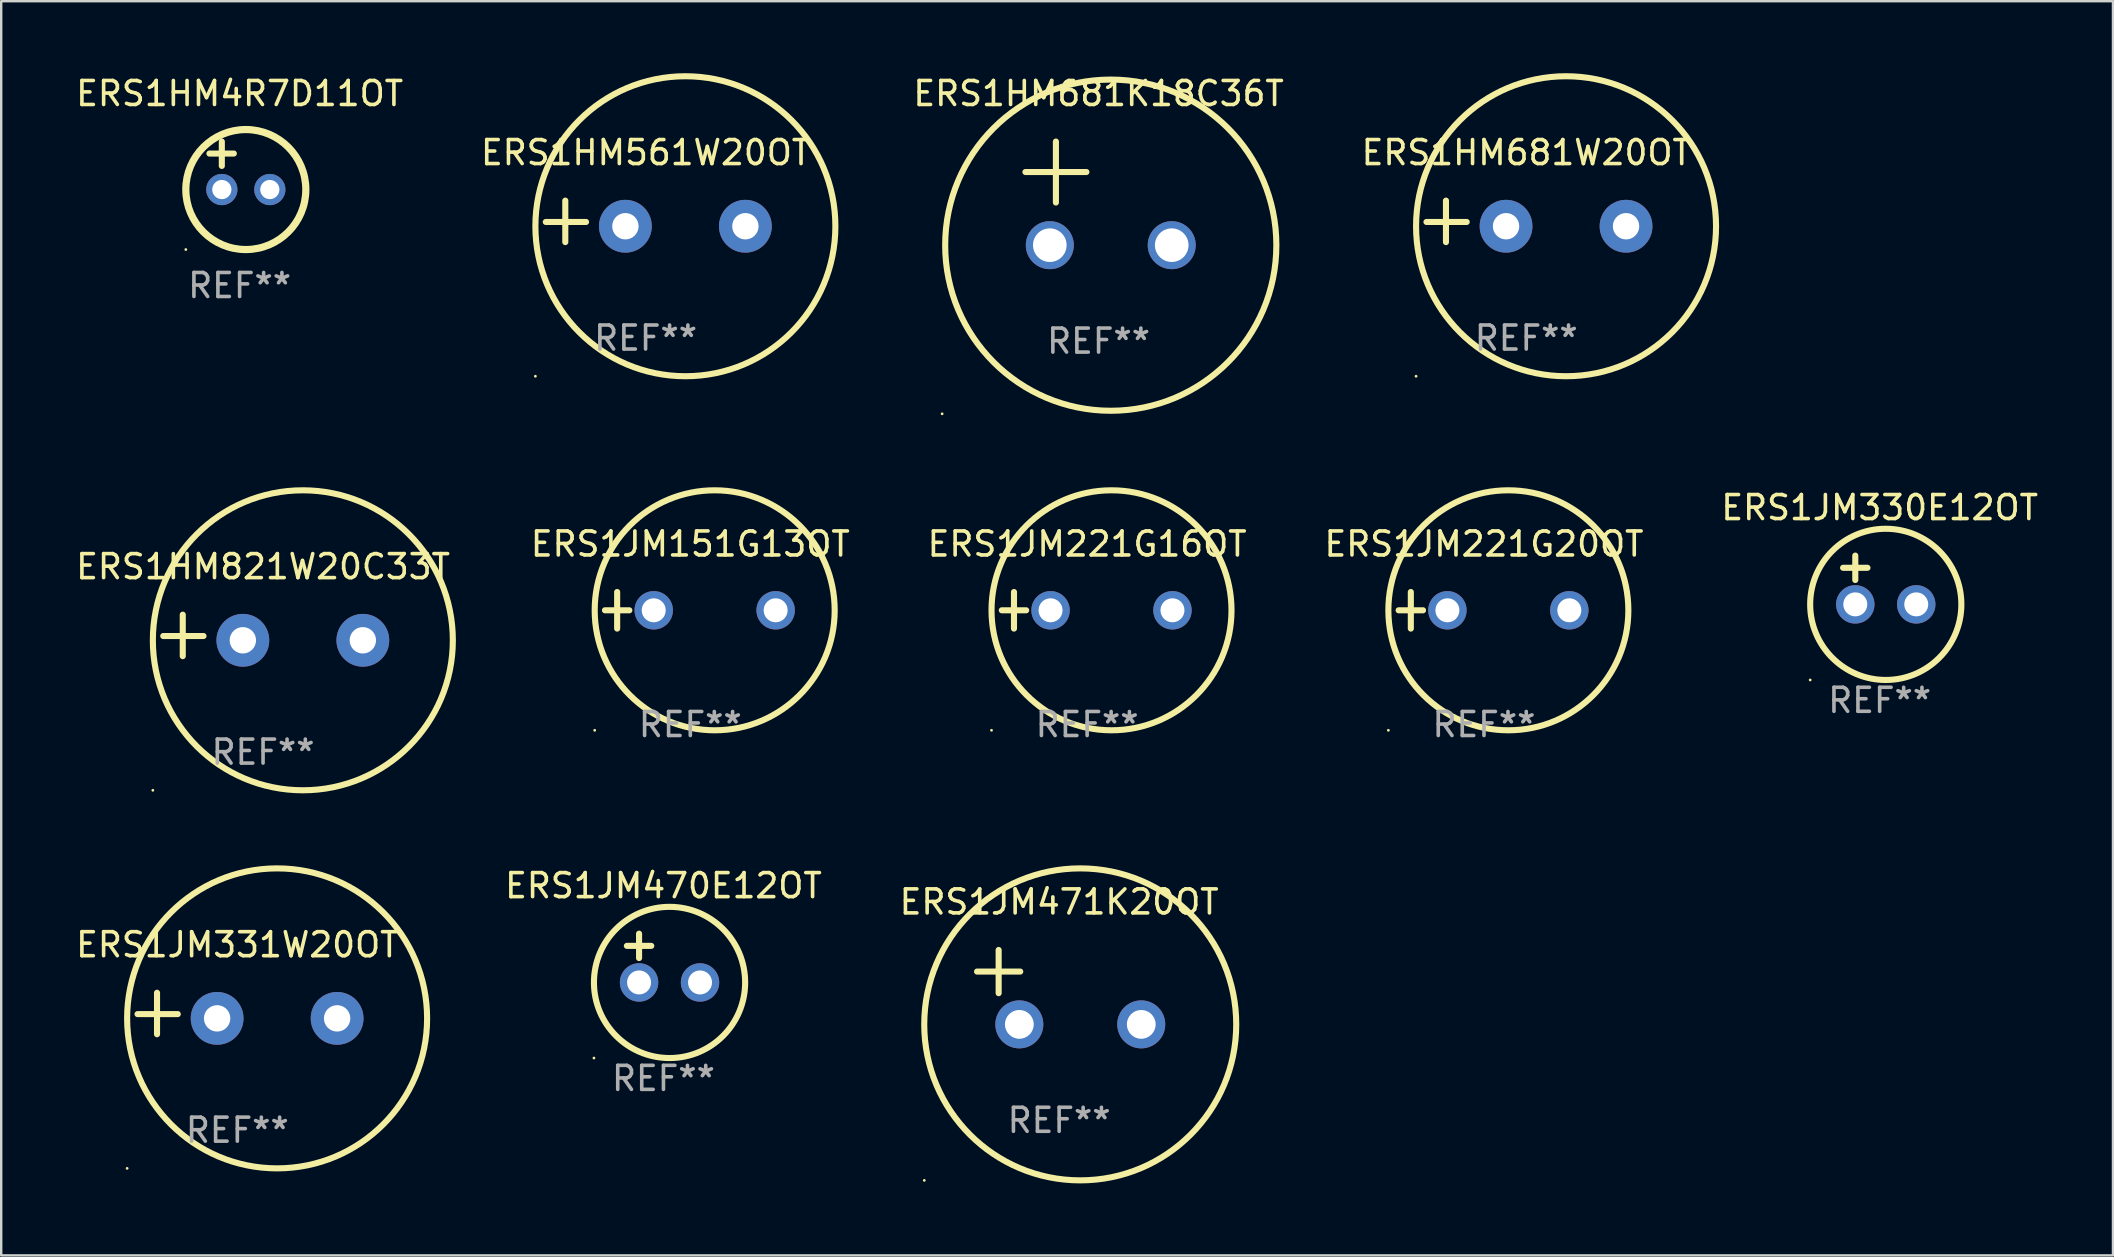
<source format=kicad_pcb>
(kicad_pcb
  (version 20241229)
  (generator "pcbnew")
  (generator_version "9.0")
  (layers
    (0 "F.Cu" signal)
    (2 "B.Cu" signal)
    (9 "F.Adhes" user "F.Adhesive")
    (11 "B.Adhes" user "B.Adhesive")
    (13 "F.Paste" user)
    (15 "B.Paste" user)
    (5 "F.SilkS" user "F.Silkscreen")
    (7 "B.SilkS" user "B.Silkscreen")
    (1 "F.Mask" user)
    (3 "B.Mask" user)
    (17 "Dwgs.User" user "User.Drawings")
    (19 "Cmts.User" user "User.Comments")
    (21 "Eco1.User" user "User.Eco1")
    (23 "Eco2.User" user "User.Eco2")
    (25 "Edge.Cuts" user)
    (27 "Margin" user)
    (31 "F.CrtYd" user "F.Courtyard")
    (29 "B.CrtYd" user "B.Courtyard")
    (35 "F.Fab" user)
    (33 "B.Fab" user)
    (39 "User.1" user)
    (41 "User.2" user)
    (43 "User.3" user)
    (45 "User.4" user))
  (footprint "ERS1HM821W20C33T"
    (layer "F.Cu")
    (at 7.911 23.427)
    (property "Reference" "ERS1HM821W20C33T" (at 0 -2.864 0) (layer "F.SilkS") (effects (font (size 1 1) (thickness 0.15))))
    (attr through_hole)
    (fp_line (start -3.346 0.864) (end -3.346 -0.864) (stroke (width 0.254) (type solid)) (layer "F.SilkS"))
    (fp_line (start -2.482 0.025) (end -4.158 0.025) (stroke (width 0.254) (type solid)) (layer "F.SilkS"))
    (fp_circle (center -4.592 6.453) (end -4.562 6.453) (stroke (width 0.06) (type solid)) (fill no) (layer "F.SilkS"))
    (fp_circle (center 1.658 0.203) (end 7.908 0.203) (stroke (width 0.254) (type solid)) (fill no) (layer "F.SilkS"))
    (fp_text user "REF**" (at 0 4.864 0) (layer "F.Fab") (effects (font (size 1 1) (thickness 0.15))))
    (pad "1" thru_hole circle (at -0.842 0.203) (size 2.2 2.2) (drill 1.1) (layers "*.Cu" "*.Mask"))
    (pad "2" thru_hole circle (at 4.158 0.203) (size 2.2 2.2) (drill 1.1) (layers "*.Cu" "*.Mask")))
  (footprint "ERS1JM471K20OT"
    (layer "F.Cu")
    (at 41.083 38.084)
    (property "Reference" "ERS1JM471K20OT" (at 0 -3.55 0) (layer "F.SilkS") (effects (font (size 1 1) (thickness 0.15))))
    (attr through_hole)
    (fp_line (start -3.421 -0.65) (end -1.621 -0.65) (stroke (width 0.254) (type solid)) (layer "F.SilkS"))
    (fp_line (start -2.521 -1.55) (end -2.521 0.25) (stroke (width 0.254) (type solid)) (layer "F.SilkS"))
    (fp_circle (center -5.619 8.05) (end -5.589 8.05) (stroke (width 0.06) (type solid)) (fill no) (layer "F.SilkS"))
    (fp_circle (center 0.879 1.55) (end 7.379 1.55) (stroke (width 0.254) (type solid)) (fill no) (layer "F.SilkS"))
    (fp_text user "REF**" (at 0 5.55 0) (layer "F.Fab") (effects (font (size 1 1) (thickness 0.15))))
    (pad "1" thru_hole circle (at -1.659 1.55) (size 2 2) (drill 1.2) (layers "*.Cu" "*.Mask"))
    (pad "2" thru_hole circle (at 3.421 1.55) (size 2 2) (drill 1.2) (layers "*.Cu" "*.Mask")))
  (footprint "ERS1HM4R7D11OT"
    (layer "F.Cu")
    (at 6.935 3.848)
    (property "Reference" "ERS1HM4R7D11OT" (at 0 -3 0) (layer "F.SilkS") (effects (font (size 1 1) (thickness 0.15))))
    (attr through_hole)
    (fp_line (start -1.258 -0.5) (end -0.242 -0.5) (stroke (width 0.254) (type solid)) (layer "F.SilkS"))
    (fp_line (start -0.742 -1) (end -0.742 0.016) (stroke (width 0.254) (type solid)) (layer "F.SilkS"))
    (fp_circle (center -2.242 3.5) (end -2.212 3.5) (stroke (width 0.06) (type solid)) (fill no) (layer "F.SilkS"))
    (fp_circle (center 0.258 1) (end 2.758 1) (stroke (width 0.3) (type solid)) (fill no) (layer "F.SilkS"))
    (fp_text user "REF**" (at 0 5 0) (layer "F.Fab") (effects (font (size 1 1) (thickness 0.15))))
    (pad "1" thru_hole circle (at -0.742 1) (size 1.3 1.3) (drill 0.8) (layers "*.Cu" "*.Mask"))
    (pad "2" thru_hole circle (at 1.258 1) (size 1.3 1.3) (drill 0.8) (layers "*.Cu" "*.Mask")))
  (footprint "ERS1JM330E12OT"
    (layer "F.Cu")
    (at 75.273 21.117)
    (property "Reference" "ERS1JM330E12OT" (at 0 -3.016 0) (layer "F.SilkS") (effects (font (size 1 1) (thickness 0.15))))
    (attr through_hole)
    (fp_line (start -1.524 -0.508) (end -0.508 -0.508) (stroke (width 0.254) (type solid)) (layer "F.SilkS"))
    (fp_line (start -1.016 -1.016) (end -1.016 0) (stroke (width 0.254) (type solid)) (layer "F.SilkS"))
    (fp_circle (center -2.896 4.166) (end -2.866 4.166) (stroke (width 0.06) (type solid)) (fill no) (layer "F.SilkS"))
    (fp_circle (center 0.254 1.016) (end 3.404 1.016) (stroke (width 0.254) (type solid)) (fill no) (layer "F.SilkS"))
    (fp_text user "REF**" (at 0 5.016 0) (layer "F.Fab") (effects (font (size 1 1) (thickness 0.15))))
    (pad "1" thru_hole circle (at -1.016 1.016) (size 1.6 1.6) (drill 1) (layers "*.Cu" "*.Mask"))
    (pad "2" thru_hole circle (at 1.524 1.016) (size 1.6 1.6) (drill 1) (layers "*.Cu" "*.Mask")))
  (footprint "ERS1JM331W20OT"
    (layer "F.Cu")
    (at 6.839 39.181)
    (property "Reference" "ERS1JM331W20OT" (at 0 -2.864 0) (layer "F.SilkS") (effects (font (size 1 1) (thickness 0.15))))
    (attr through_hole)
    (fp_line (start -3.346 0.864) (end -3.346 -0.864) (stroke (width 0.254) (type solid)) (layer "F.SilkS"))
    (fp_line (start -2.482 0.025) (end -4.158 0.025) (stroke (width 0.254) (type solid)) (layer "F.SilkS"))
    (fp_circle (center -4.592 6.453) (end -4.562 6.453) (stroke (width 0.06) (type solid)) (fill no) (layer "F.SilkS"))
    (fp_circle (center 1.658 0.203) (end 7.908 0.203) (stroke (width 0.254) (type solid)) (fill no) (layer "F.SilkS"))
    (fp_text user "REF**" (at 0 4.864 0) (layer "F.Fab") (effects (font (size 1 1) (thickness 0.15))))
    (pad "1" thru_hole circle (at -0.842 0.203) (size 2.2 2.2) (drill 1.1) (layers "*.Cu" "*.Mask"))
    (pad "2" thru_hole circle (at 4.158 0.203) (size 2.2 2.2) (drill 1.1) (layers "*.Cu" "*.Mask")))
  (footprint "ERS1HM681W20OT"
    (layer "F.Cu")
    (at 60.547 6.174)
    (property "Reference" "ERS1HM681W20OT" (at 0 -2.864 0) (layer "F.SilkS") (effects (font (size 1 1) (thickness 0.15))))
    (attr through_hole)
    (fp_line (start -3.346 0.864) (end -3.346 -0.864) (stroke (width 0.254) (type solid)) (layer "F.SilkS"))
    (fp_line (start -2.482 0.025) (end -4.158 0.025) (stroke (width 0.254) (type solid)) (layer "F.SilkS"))
    (fp_circle (center -4.592 6.453) (end -4.562 6.453) (stroke (width 0.06) (type solid)) (fill no) (layer "F.SilkS"))
    (fp_circle (center 1.658 0.203) (end 7.908 0.203) (stroke (width 0.254) (type solid)) (fill no) (layer "F.SilkS"))
    (fp_text user "REF**" (at 0 4.864 0) (layer "F.Fab") (effects (font (size 1 1) (thickness 0.15))))
    (pad "1" thru_hole circle (at -0.842 0.203) (size 2.2 2.2) (drill 1.1) (layers "*.Cu" "*.Mask"))
    (pad "2" thru_hole circle (at 4.158 0.203) (size 2.2 2.2) (drill 1.1) (layers "*.Cu" "*.Mask")))
  (footprint "ERS1HM681K18C36T"
    (layer "F.Cu")
    (at 42.726 5.007)
    (property "Reference" "ERS1HM681K18C36T" (at 0 -4.159 0) (layer "F.SilkS") (effects (font (size 1 1) (thickness 0.15))))
    (attr through_hole)
    (fp_line (start -3.048 -0.889) (end -0.508 -0.889) (stroke (width 0.254) (type solid)) (layer "F.SilkS"))
    (fp_line (start -1.778 -2.159) (end -1.778 0.381) (stroke (width 0.254) (type solid)) (layer "F.SilkS"))
    (fp_circle (center -6.519 9.186) (end -6.489 9.186) (stroke (width 0.06) (type solid)) (fill no) (layer "F.SilkS"))
    (fp_circle (center 0.508 2.159) (end 7.408 2.159) (stroke (width 0.254) (type solid)) (fill no) (layer "F.SilkS"))
    (fp_text user "REF**" (at 0 6.159 0) (layer "F.Fab") (effects (font (size 1 1) (thickness 0.15))))
    (pad "1" thru_hole circle (at -2.032 2.159) (size 2 2) (drill 1.4) (layers "*.Cu" "*.Mask"))
    (pad "2" thru_hole circle (at 3.048 2.159) (size 2 2) (drill 1.4) (layers "*.Cu" "*.Mask")))
  (footprint "ERS1JM221G20OT"
    (layer "F.Cu")
    (at 58.785 22.38)
    (property "Reference" "ERS1JM221G20OT" (at 0 -2.762 0) (layer "F.SilkS") (effects (font (size 1 1) (thickness 0.15))))
    (attr through_hole)
    (fp_line (start -3.556 0) (end -2.54 0) (stroke (width 0.254) (type solid)) (layer "F.SilkS"))
    (fp_line (start -3.048 -0.762) (end -3.048 0.762) (stroke (width 0.254) (type solid)) (layer "F.SilkS"))
    (fp_circle (center -3.984 5) (end -3.954 5) (stroke (width 0.06) (type solid)) (fill no) (layer "F.SilkS"))
    (fp_circle (center 1.016 0) (end 6.016 0) (stroke (width 0.254) (type solid)) (fill no) (layer "F.SilkS"))
    (fp_text user "REF**" (at 0 4.762 0) (layer "F.Fab") (effects (font (size 1 1) (thickness 0.15))))
    (pad "1" thru_hole circle (at -1.524 0) (size 1.6 1.6) (drill 1) (layers "*.Cu" "*.Mask"))
    (pad "2" thru_hole circle (at 3.556 0) (size 1.6 1.6) (drill 1) (layers "*.Cu" "*.Mask")))
  (footprint "ERS1JM151G13OT"
    (layer "F.Cu")
    (at 25.714 22.38)
    (property "Reference" "ERS1JM151G13OT" (at 0 -2.762 0) (layer "F.SilkS") (effects (font (size 1 1) (thickness 0.15))))
    (attr through_hole)
    (fp_line (start -3.556 0) (end -2.54 0) (stroke (width 0.254) (type solid)) (layer "F.SilkS"))
    (fp_line (start -3.048 -0.762) (end -3.048 0.762) (stroke (width 0.254) (type solid)) (layer "F.SilkS"))
    (fp_circle (center -3.984 5) (end -3.954 5) (stroke (width 0.06) (type solid)) (fill no) (layer "F.SilkS"))
    (fp_circle (center 1.016 0) (end 6.016 0) (stroke (width 0.254) (type solid)) (fill no) (layer "F.SilkS"))
    (fp_text user "REF**" (at 0 4.762 0) (layer "F.Fab") (effects (font (size 1 1) (thickness 0.15))))
    (pad "1" thru_hole circle (at -1.524 0) (size 1.6 1.6) (drill 1) (layers "*.Cu" "*.Mask"))
    (pad "2" thru_hole circle (at 3.556 0) (size 1.6 1.6) (drill 1) (layers "*.Cu" "*.Mask")))
  (footprint "ERS1JM221G16OT"
    (layer "F.Cu")
    (at 42.249 22.38)
    (property "Reference" "ERS1JM221G16OT" (at 0 -2.762 0) (layer "F.SilkS") (effects (font (size 1 1) (thickness 0.15))))
    (attr through_hole)
    (fp_line (start -3.556 0) (end -2.54 0) (stroke (width 0.254) (type solid)) (layer "F.SilkS"))
    (fp_line (start -3.048 -0.762) (end -3.048 0.762) (stroke (width 0.254) (type solid)) (layer "F.SilkS"))
    (fp_circle (center -3.984 5) (end -3.954 5) (stroke (width 0.06) (type solid)) (fill no) (layer "F.SilkS"))
    (fp_circle (center 1.016 0) (end 6.016 0) (stroke (width 0.254) (type solid)) (fill no) (layer "F.SilkS"))
    (fp_text user "REF**" (at 0 4.762 0) (layer "F.Fab") (effects (font (size 1 1) (thickness 0.15))))
    (pad "1" thru_hole circle (at -1.524 0) (size 1.6 1.6) (drill 1) (layers "*.Cu" "*.Mask"))
    (pad "2" thru_hole circle (at 3.556 0) (size 1.6 1.6) (drill 1) (layers "*.Cu" "*.Mask")))
  (footprint "ERS1HM561W20OT"
    (layer "F.Cu")
    (at 23.851 6.174)
    (property "Reference" "ERS1HM561W20OT" (at 0 -2.864 0) (layer "F.SilkS") (effects (font (size 1 1) (thickness 0.15))))
    (attr through_hole)
    (fp_line (start -3.346 0.864) (end -3.346 -0.864) (stroke (width 0.254) (type solid)) (layer "F.SilkS"))
    (fp_line (start -2.482 0.025) (end -4.158 0.025) (stroke (width 0.254) (type solid)) (layer "F.SilkS"))
    (fp_circle (center -4.592 6.453) (end -4.562 6.453) (stroke (width 0.06) (type solid)) (fill no) (layer "F.SilkS"))
    (fp_circle (center 1.658 0.203) (end 7.908 0.203) (stroke (width 0.254) (type solid)) (fill no) (layer "F.SilkS"))
    (fp_text user "REF**" (at 0 4.864 0) (layer "F.Fab") (effects (font (size 1 1) (thickness 0.15))))
    (pad "1" thru_hole circle (at -0.842 0.203) (size 2.2 2.2) (drill 1.1) (layers "*.Cu" "*.Mask"))
    (pad "2" thru_hole circle (at 4.158 0.203) (size 2.2 2.2) (drill 1.1) (layers "*.Cu" "*.Mask")))
  (footprint "ERS1JM470E12OT"
    (layer "F.Cu")
    (at 24.595 36.871)
    (property "Reference" "ERS1JM470E12OT" (at 0 -3.016 0) (layer "F.SilkS") (effects (font (size 1 1) (thickness 0.15))))
    (attr through_hole)
    (fp_line (start -1.524 -0.508) (end -0.508 -0.508) (stroke (width 0.254) (type solid)) (layer "F.SilkS"))
    (fp_line (start -1.016 -1.016) (end -1.016 0) (stroke (width 0.254) (type solid)) (layer "F.SilkS"))
    (fp_circle (center -2.896 4.166) (end -2.866 4.166) (stroke (width 0.06) (type solid)) (fill no) (layer "F.SilkS"))
    (fp_circle (center 0.254 1.016) (end 3.404 1.016) (stroke (width 0.254) (type solid)) (fill no) (layer "F.SilkS"))
    (fp_text user "REF**" (at 0 5.016 0) (layer "F.Fab") (effects (font (size 1 1) (thickness 0.15))))
    (pad "1" thru_hole circle (at -1.016 1.016) (size 1.6 1.6) (drill 1) (layers "*.Cu" "*.Mask"))
    (pad "2" thru_hole circle (at 1.524 1.016) (size 1.6 1.6) (drill 1) (layers "*.Cu" "*.Mask")))
  (gr_rect
    (start -3 -3)
    (end 84.994 49.261)
    (stroke (width 0.1) (type default))
    (fill no)
    (layer "Edge.Cuts")))
</source>
